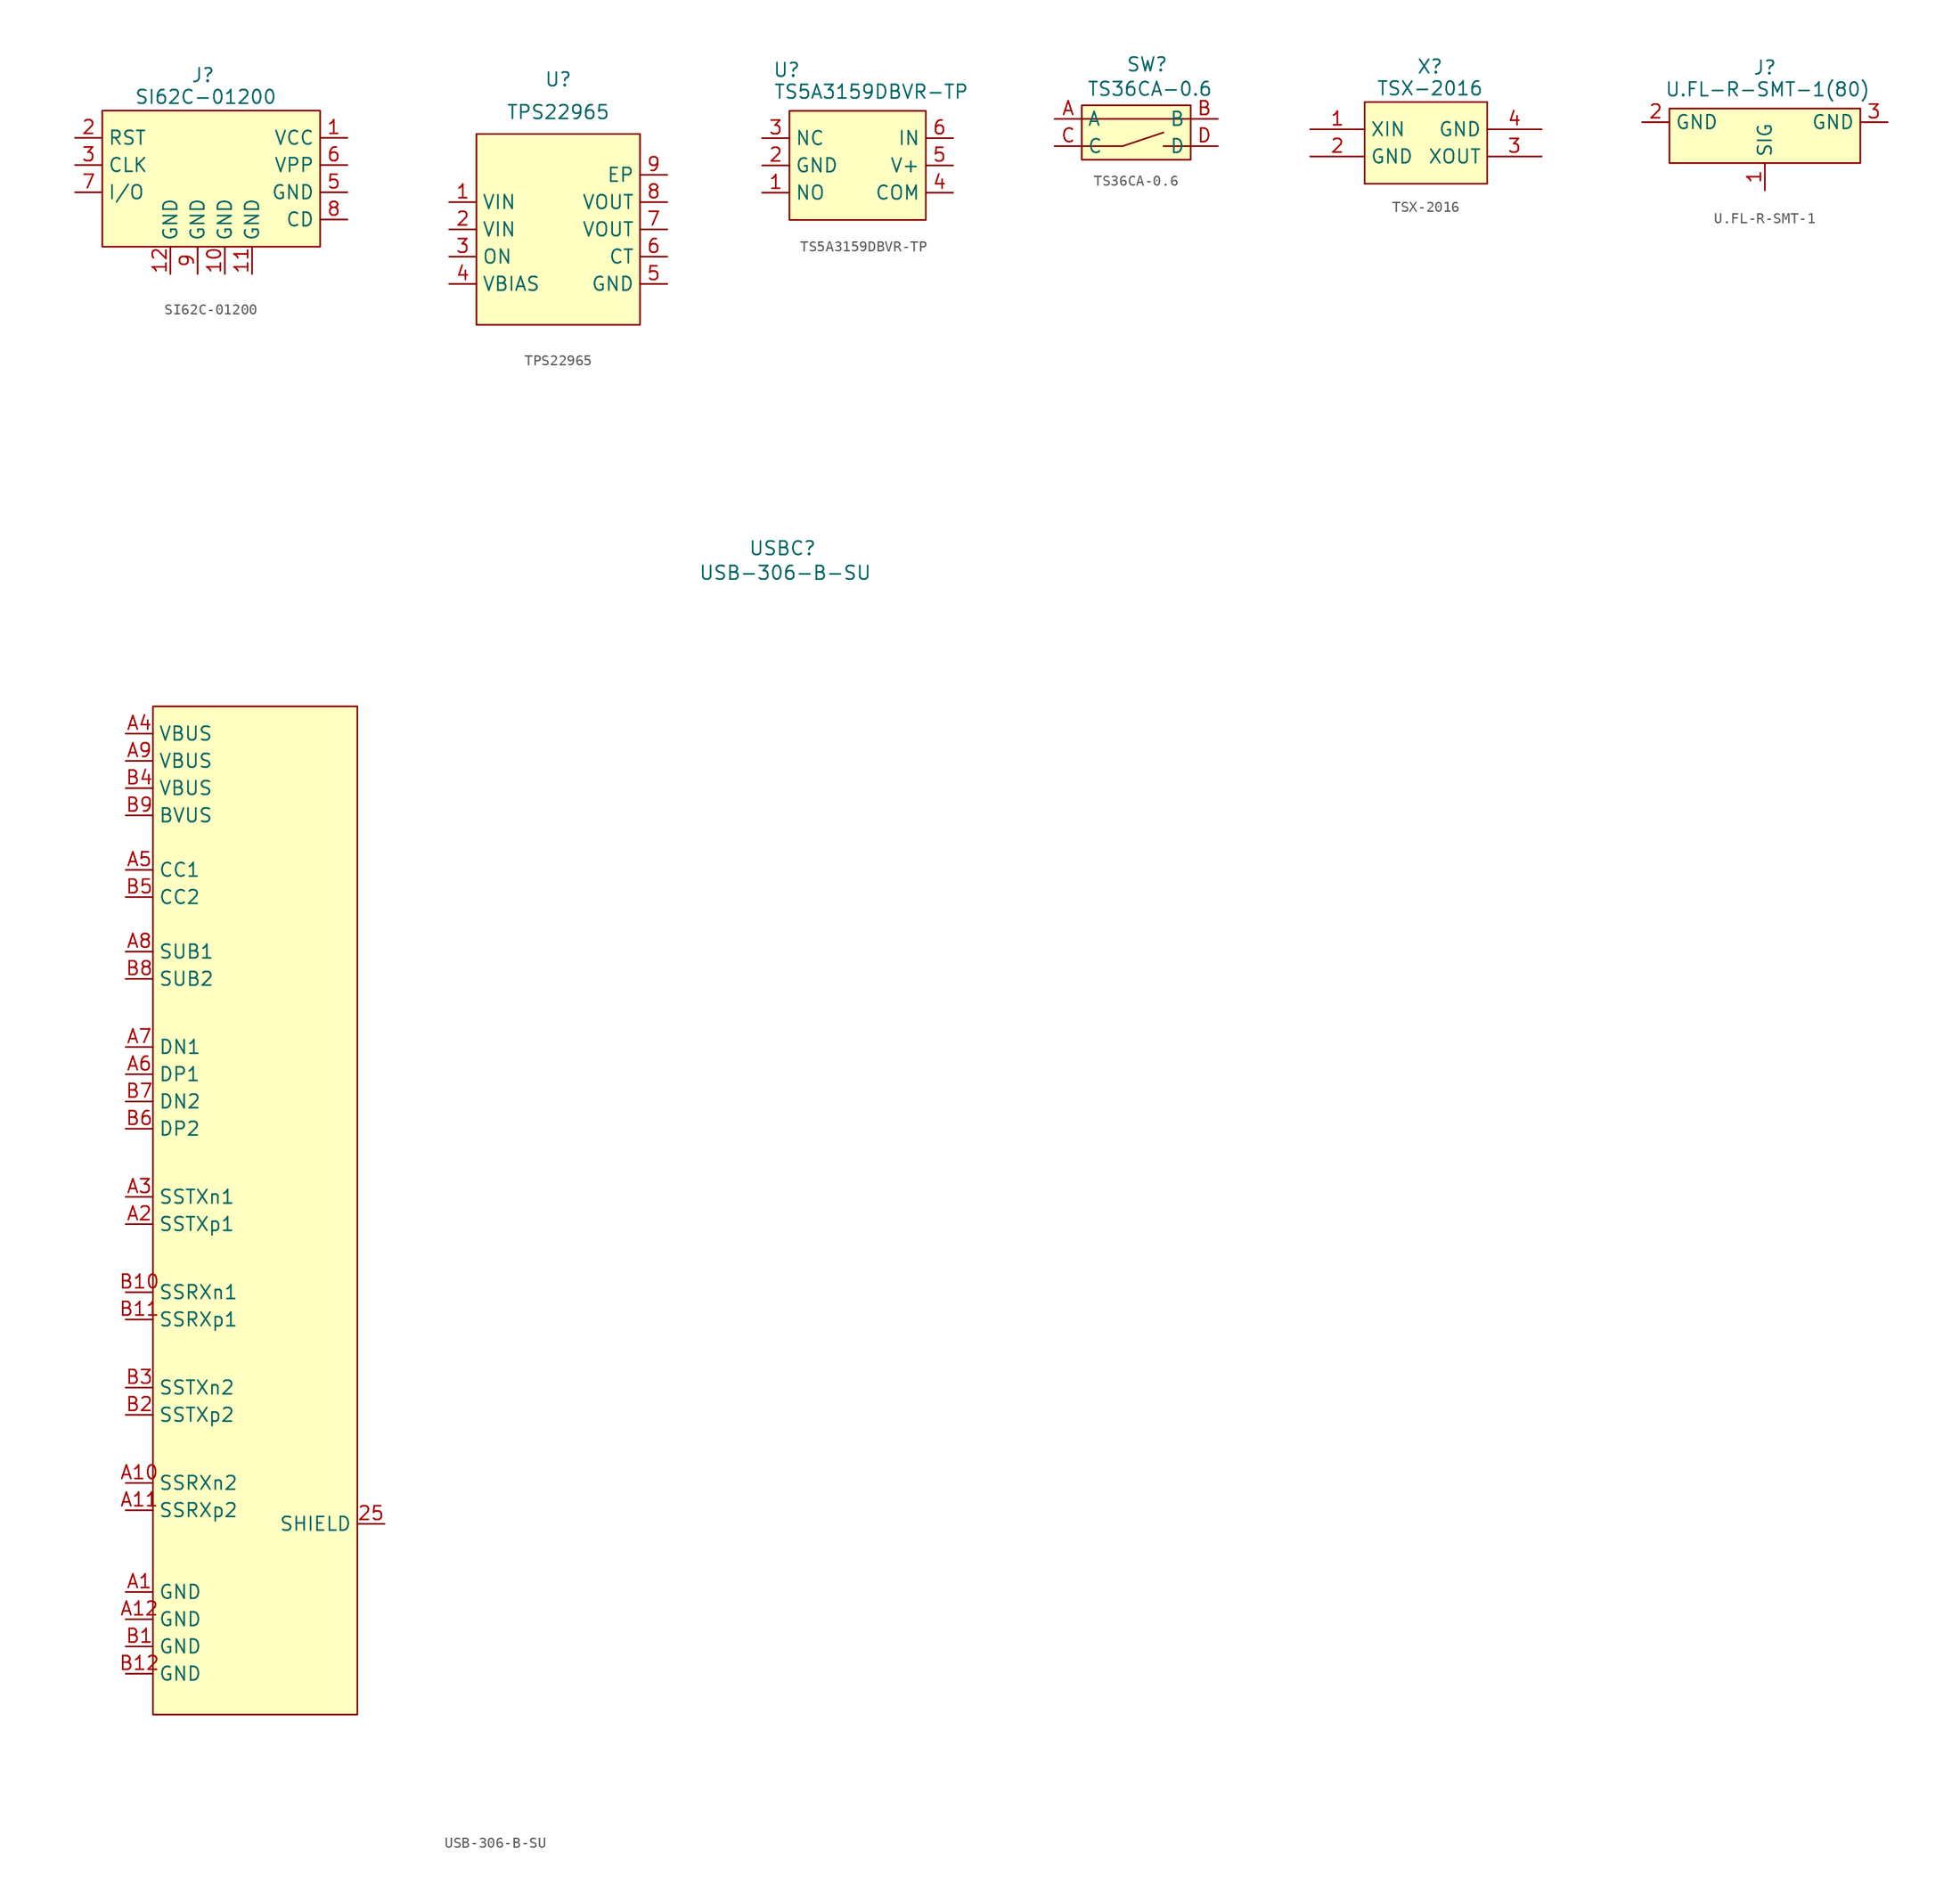
<source format=kicad_sym>
(kicad_symbol_lib
  (version 20241209)
  (generator "kicad_symbol_editor")
  (generator_version "9.0")
  (symbol "SI62C-01200"
    (property "Reference" "J"
      (at 0.508 3.302 0)
      (effects (font (size 1.27 1.27))))
    (property "Value" "SI62C-01200"
      (at 0.762 1.27 0)
      (effects (font (size 1.27 1.27))))
    (symbol "SI62C-01200_1_1"
      (rectangle (start -8.89 0) (end 11.43 -12.7) (stroke (width 0) (type solid)) (fill (type background)))
      (pin input line (at -11.43 -2.54 0) (length 2.54) (name "RST" (effects (font (size 1.27 1.27)))) (number "2" (effects (font (size 1.27 1.27)))))
      (pin input line (at -11.43 -5.08 0) (length 2.54) (name "CLK" (effects (font (size 1.27 1.27)))) (number "3" (effects (font (size 1.27 1.27)))))
      (pin input line (at -11.43 -7.62 0) (length 2.54) (name "I/O" (effects (font (size 1.27 1.27)))) (number "7" (effects (font (size 1.27 1.27)))))
      (pin input line (at -2.54 -15.24 90) (length 2.54) (name "GND" (effects (font (size 1.27 1.27)))) (number "12" (effects (font (size 1.27 1.27)))))
      (pin input line (at 0 -15.24 90) (length 2.54) (name "GND" (effects (font (size 1.27 1.27)))) (number "9" (effects (font (size 1.27 1.27)))))
      (pin input line (at 2.54 -15.24 90) (length 2.54) (name "GND" (effects (font (size 1.27 1.27)))) (number "10" (effects (font (size 1.27 1.27)))))
      (pin input line (at 5.08 -15.24 90) (length 2.54) (name "GND" (effects (font (size 1.27 1.27)))) (number "11" (effects (font (size 1.27 1.27)))))
      (pin input line (at 13.97 -2.54 180) (length 2.54) (name "VCC" (effects (font (size 1.27 1.27)))) (number "1" (effects (font (size 1.27 1.27)))))
      (pin input line (at 13.97 -5.08 180) (length 2.54) (name "VPP" (effects (font (size 1.27 1.27)))) (number "6" (effects (font (size 1.27 1.27)))))
      (pin input line (at 13.97 -7.62 180) (length 2.54) (name "GND" (effects (font (size 1.27 1.27)))) (number "5" (effects (font (size 1.27 1.27)))))
      (pin input line (at 13.97 -10.16 180) (length 2.54) (name "CD" (effects (font (size 1.27 1.27)))) (number "8" (effects (font (size 1.27 1.27)))))))
  (symbol "TPS22965"
    (property "Reference" "U"
      (at 0 0 0)
      (effects (font (size 1.27 1.27))))
    (property "Value" "TPS22965"
      (at 0 -3.048 0)
      (effects (font (size 1.27 1.27))))
    (symbol "TPS22965_1_0"
      (pin bidirectional line (at -10.16 -13.97 0) (length 2.54) (name "VIN" (effects (font (size 1.27 1.27)))) (number "2" (effects (font (size 1.27 1.27)))))
      (pin bidirectional line (at -10.16 -16.51 0) (length 2.54) (name "ON" (effects (font (size 1.27 1.27)))) (number "3" (effects (font (size 1.27 1.27)))))
      (pin bidirectional line (at -10.16 -19.05 0) (length 2.54) (name "VBIAS" (effects (font (size 1.27 1.27)))) (number "4" (effects (font (size 1.27 1.27)))))
      (pin bidirectional line (at 10.16 -8.89 180) (length 2.54) (name "EP" (effects (font (size 1.27 1.27)))) (number "9" (effects (font (size 1.27 1.27)))))
      (pin bidirectional line (at 10.16 -11.43 180) (length 2.54) (name "VOUT" (effects (font (size 1.27 1.27)))) (number "8" (effects (font (size 1.27 1.27)))))
      (pin bidirectional line (at 10.16 -13.97 180) (length 2.54) (name "VOUT" (effects (font (size 1.27 1.27)))) (number "7" (effects (font (size 1.27 1.27)))))
      (pin bidirectional line (at 10.16 -16.51 180) (length 2.54) (name "CT" (effects (font (size 1.27 1.27)))) (number "6" (effects (font (size 1.27 1.27)))))
      (pin bidirectional line (at 10.16 -19.05 180) (length 2.54) (name "GND" (effects (font (size 1.27 1.27)))) (number "5" (effects (font (size 1.27 1.27))))))
    (symbol "TPS22965_1_1"
      (rectangle (start -7.62 -5.08) (end 7.62 -22.86) (stroke (width 0) (type solid)) (fill (type background)))
      (pin bidirectional line (at -10.16 -11.43 0) (length 2.54) (name "VIN" (effects (font (size 1.27 1.27)))) (number "1" (effects (font (size 1.27 1.27)))))))
  (symbol "TS5A3159DBVR-TP"
    (property "Reference" "U"
      (at -7.874 0 0)
      (effects (font (size 1.27 1.27))))
    (property "Value" "TS5A3159DBVR-TP"
      (at 0 -2.032 0)
      (effects (font (size 1.27 1.27))))
    (symbol "TS5A3159DBVR-TP_0_0"
      (pin bidirectional line (at -10.16 -6.35 0) (length 2.54) (name "NC" (effects (font (size 1.27 1.27)))) (number "3" (effects (font (size 1.27 1.27)))))
      (pin bidirectional line (at -10.16 -8.89 0) (length 2.54) (name "GND" (effects (font (size 1.27 1.27)))) (number "2" (effects (font (size 1.27 1.27)))))
      (pin bidirectional line (at -10.16 -11.43 0) (length 2.54) (name "NO" (effects (font (size 1.27 1.27)))) (number "1" (effects (font (size 1.27 1.27)))))
      (pin bidirectional line (at 7.62 -6.35 180) (length 2.54) (name "IN" (effects (font (size 1.27 1.27)))) (number "6" (effects (font (size 1.27 1.27)))))
      (pin bidirectional line (at 7.62 -8.89 180) (length 2.54) (name "V+" (effects (font (size 1.27 1.27)))) (number "5" (effects (font (size 1.27 1.27)))))
      (pin bidirectional line (at 7.62 -11.43 180) (length 2.54) (name "COM" (effects (font (size 1.27 1.27)))) (number "4" (effects (font (size 1.27 1.27))))))
    (symbol "TS5A3159DBVR-TP_1_1"
      (rectangle (start -7.62 -3.81) (end 5.08 -13.97) (stroke (width 0) (type solid)) (fill (type background)))))
  (symbol "TS36CA-0.6"
    (property "Reference" "SW"
      (at -0.254 1.27 0)
      (effects (font (size 1.27 1.27))))
    (property "Value" "TS36CA-0.6"
      (at 0 -1.016 0)
      (effects (font (size 1.27 1.27))))
    (symbol "TS36CA-0.6_0_1"
      (polyline (pts (xy -6.35 -6.35) (xy -2.54 -6.35)) (stroke (width 0) (type default)) (fill (type none)))
      (polyline (pts (xy -2.54 -6.35) (xy 1.27 -5.08)) (stroke (width 0) (type default)) (fill (type none)))
      (polyline (pts (xy 3.81 -3.81) (xy -6.35 -3.81)) (stroke (width 0) (type default)) (fill (type none)))
      (polyline (pts (xy 3.81 -6.35) (xy 1.27 -6.35)) (stroke (width 0) (type default)) (fill (type none))))
    (symbol "TS36CA-0.6_1_1"
      (rectangle (start -6.35 -2.54) (end 3.81 -7.62) (stroke (width 0) (type solid)) (fill (type background)))
      (pin input line (at -8.89 -3.81 0) (length 2.54) (name "A" (effects (font (size 1.27 1.27)))) (number "A" (effects (font (size 1.27 1.27)))))
      (pin input line (at -8.89 -6.35 0) (length 2.54) (name "C" (effects (font (size 1.27 1.27)))) (number "C" (effects (font (size 1.27 1.27)))))
      (pin input line (at 6.35 -3.81 180) (length 2.54) (name "B" (effects (font (size 1.27 1.27)))) (number "B" (effects (font (size 1.27 1.27)))))
      (pin input line (at 6.35 -6.35 180) (length 2.54) (name "D" (effects (font (size 1.27 1.27)))) (number "D" (effects (font (size 1.27 1.27)))))))
  (symbol "TSX-2016"
    (property "Reference" "X"
      (at -0.254 2.032 0)
      (effects (font (size 1.27 1.27))))
    (property "Value" "TSX-2016"
      (at -0.254 0 0)
      (effects (font (size 1.27 1.27))))
    (symbol "TSX-2016_1_1"
      (rectangle (start -6.35 -1.27) (end 5.08 -8.89) (stroke (width 0) (type solid)) (fill (type background)))
      (pin input line (at -11.43 -3.81 0) (length 5.08) (name "XIN" (effects (font (size 1.27 1.27)))) (number "1" (effects (font (size 1.27 1.27)))))
      (pin input line (at -11.43 -6.35 0) (length 5.08) (name "GND" (effects (font (size 1.27 1.27)))) (number "2" (effects (font (size 1.27 1.27)))))
      (pin input line (at 10.16 -3.81 180) (length 5.08) (name "GND" (effects (font (size 1.27 1.27)))) (number "4" (effects (font (size 1.27 1.27)))))
      (pin input line (at 10.16 -6.35 180) (length 5.08) (name "XOUT" (effects (font (size 1.27 1.27)))) (number "3" (effects (font (size 1.27 1.27)))))))
  (symbol "U.FL-R-SMT-1"
    (property "Reference" "J"
      (at 0 0 0)
      (effects (font (size 1.27 1.27))))
    (property "Value" "U.FL-R-SMT-1(80)"
      (at 0.254 -2.032 0)
      (effects (font (size 1.27 1.27))))
    (symbol "U.FL-R-SMT-1_1_1"
      (rectangle (start -8.89 -3.81) (end 8.89 -8.89) (stroke (width 0) (type solid)) (fill (type background)))
      (pin input line (at -11.43 -5.08 0) (length 2.54) (name "GND" (effects (font (size 1.27 1.27)))) (number "2" (effects (font (size 1.27 1.27)))))
      (pin input line (at 0 -11.43 90) (length 2.54) (name "SIG" (effects (font (size 1.27 1.27)))) (number "1" (effects (font (size 1.27 1.27)))))
      (pin input line (at 11.43 -5.08 180) (length 2.54) (name "GND" (effects (font (size 1.27 1.27)))) (number "3" (effects (font (size 1.27 1.27)))))))
  (symbol "USB-306-B-SU"
    (property "Reference" "USBC"
      (at 0.254 3.302 0)
      (effects (font (size 1.27 1.27))))
    (property "Value" "USB-306-B-SU"
      (at 0.508 1.016 0)
      (effects (font (size 1.27 1.27))))
    (symbol "USB-306-B-SU_1_1"
      (rectangle (start -58.42 -11.43) (end -39.37 -105.41) (stroke (width 0) (type solid)) (fill (type background)))
      (pin input line (at -60.96 -13.97 0) (length 2.54) (name "VBUS" (effects (font (size 1.27 1.27)))) (number "A4" (effects (font (size 1.27 1.27)))))
      (pin input line (at -60.96 -16.51 0) (length 2.54) (name "VBUS" (effects (font (size 1.27 1.27)))) (number "A9" (effects (font (size 1.27 1.27)))))
      (pin input line (at -60.96 -19.05 0) (length 2.54) (name "VBUS" (effects (font (size 1.27 1.27)))) (number "B4" (effects (font (size 1.27 1.27)))))
      (pin input line (at -60.96 -21.59 0) (length 2.54) (name "BVUS" (effects (font (size 1.27 1.27)))) (number "B9" (effects (font (size 1.27 1.27)))))
      (pin input line (at -60.96 -26.67 0) (length 2.54) (name "CC1" (effects (font (size 1.27 1.27)))) (number "A5" (effects (font (size 1.27 1.27)))))
      (pin input line (at -60.96 -29.21 0) (length 2.54) (name "CC2" (effects (font (size 1.27 1.27)))) (number "B5" (effects (font (size 1.27 1.27)))))
      (pin input line (at -60.96 -34.29 0) (length 2.54) (name "SUB1" (effects (font (size 1.27 1.27)))) (number "A8" (effects (font (size 1.27 1.27)))))
      (pin input line (at -60.96 -36.83 0) (length 2.54) (name "SUB2" (effects (font (size 1.27 1.27)))) (number "B8" (effects (font (size 1.27 1.27)))))
      (pin input line (at -60.96 -43.18 0) (length 2.54) (name "DN1" (effects (font (size 1.27 1.27)))) (number "A7" (effects (font (size 1.27 1.27)))))
      (pin input line (at -60.96 -45.72 0) (length 2.54) (name "DP1" (effects (font (size 1.27 1.27)))) (number "A6" (effects (font (size 1.27 1.27)))))
      (pin input line (at -60.96 -48.26 0) (length 2.54) (name "DN2" (effects (font (size 1.27 1.27)))) (number "B7" (effects (font (size 1.27 1.27)))))
      (pin input line (at -60.96 -50.8 0) (length 2.54) (name "DP2" (effects (font (size 1.27 1.27)))) (number "B6" (effects (font (size 1.27 1.27)))))
      (pin input line (at -60.96 -57.15 0) (length 2.54) (name "SSTXn1" (effects (font (size 1.27 1.27)))) (number "A3" (effects (font (size 1.27 1.27)))))
      (pin input line (at -60.96 -59.69 0) (length 2.54) (name "SSTXp1" (effects (font (size 1.27 1.27)))) (number "A2" (effects (font (size 1.27 1.27)))))
      (pin input line (at -60.96 -66.04 0) (length 2.54) (name "SSRXn1" (effects (font (size 1.27 1.27)))) (number "B10" (effects (font (size 1.27 1.27)))))
      (pin input line (at -60.96 -68.58 0) (length 2.54) (name "SSRXp1" (effects (font (size 1.27 1.27)))) (number "B11" (effects (font (size 1.27 1.27)))))
      (pin input line (at -60.96 -74.93 0) (length 2.54) (name "SSTXn2" (effects (font (size 1.27 1.27)))) (number "B3" (effects (font (size 1.27 1.27)))))
      (pin input line (at -60.96 -77.47 0) (length 2.54) (name "SSTXp2" (effects (font (size 1.27 1.27)))) (number "B2" (effects (font (size 1.27 1.27)))))
      (pin input line (at -60.96 -83.82 0) (length 2.54) (name "SSRXn2" (effects (font (size 1.27 1.27)))) (number "A10" (effects (font (size 1.27 1.27)))))
      (pin input line (at -60.96 -86.36 0) (length 2.54) (name "SSRXp2" (effects (font (size 1.27 1.27)))) (number "A11" (effects (font (size 1.27 1.27)))))
      (pin input line (at -60.96 -93.98 0) (length 2.54) (name "GND" (effects (font (size 1.27 1.27)))) (number "A1" (effects (font (size 1.27 1.27)))))
      (pin input line (at -60.96 -96.52 0) (length 2.54) (name "GND" (effects (font (size 1.27 1.27)))) (number "A12" (effects (font (size 1.27 1.27)))))
      (pin input line (at -60.96 -99.06 0) (length 2.54) (name "GND" (effects (font (size 1.27 1.27)))) (number "B1" (effects (font (size 1.27 1.27)))))
      (pin input line (at -60.96 -101.6 0) (length 2.54) (name "GND" (effects (font (size 1.27 1.27)))) (number "B12" (effects (font (size 1.27 1.27)))))
      (pin input line (at -36.83 -87.63 180) (length 2.54) (name "SHIELD" (effects (font (size 1.27 1.27)))) (number "25" (effects (font (size 1.27 1.27))))))))
</source>
